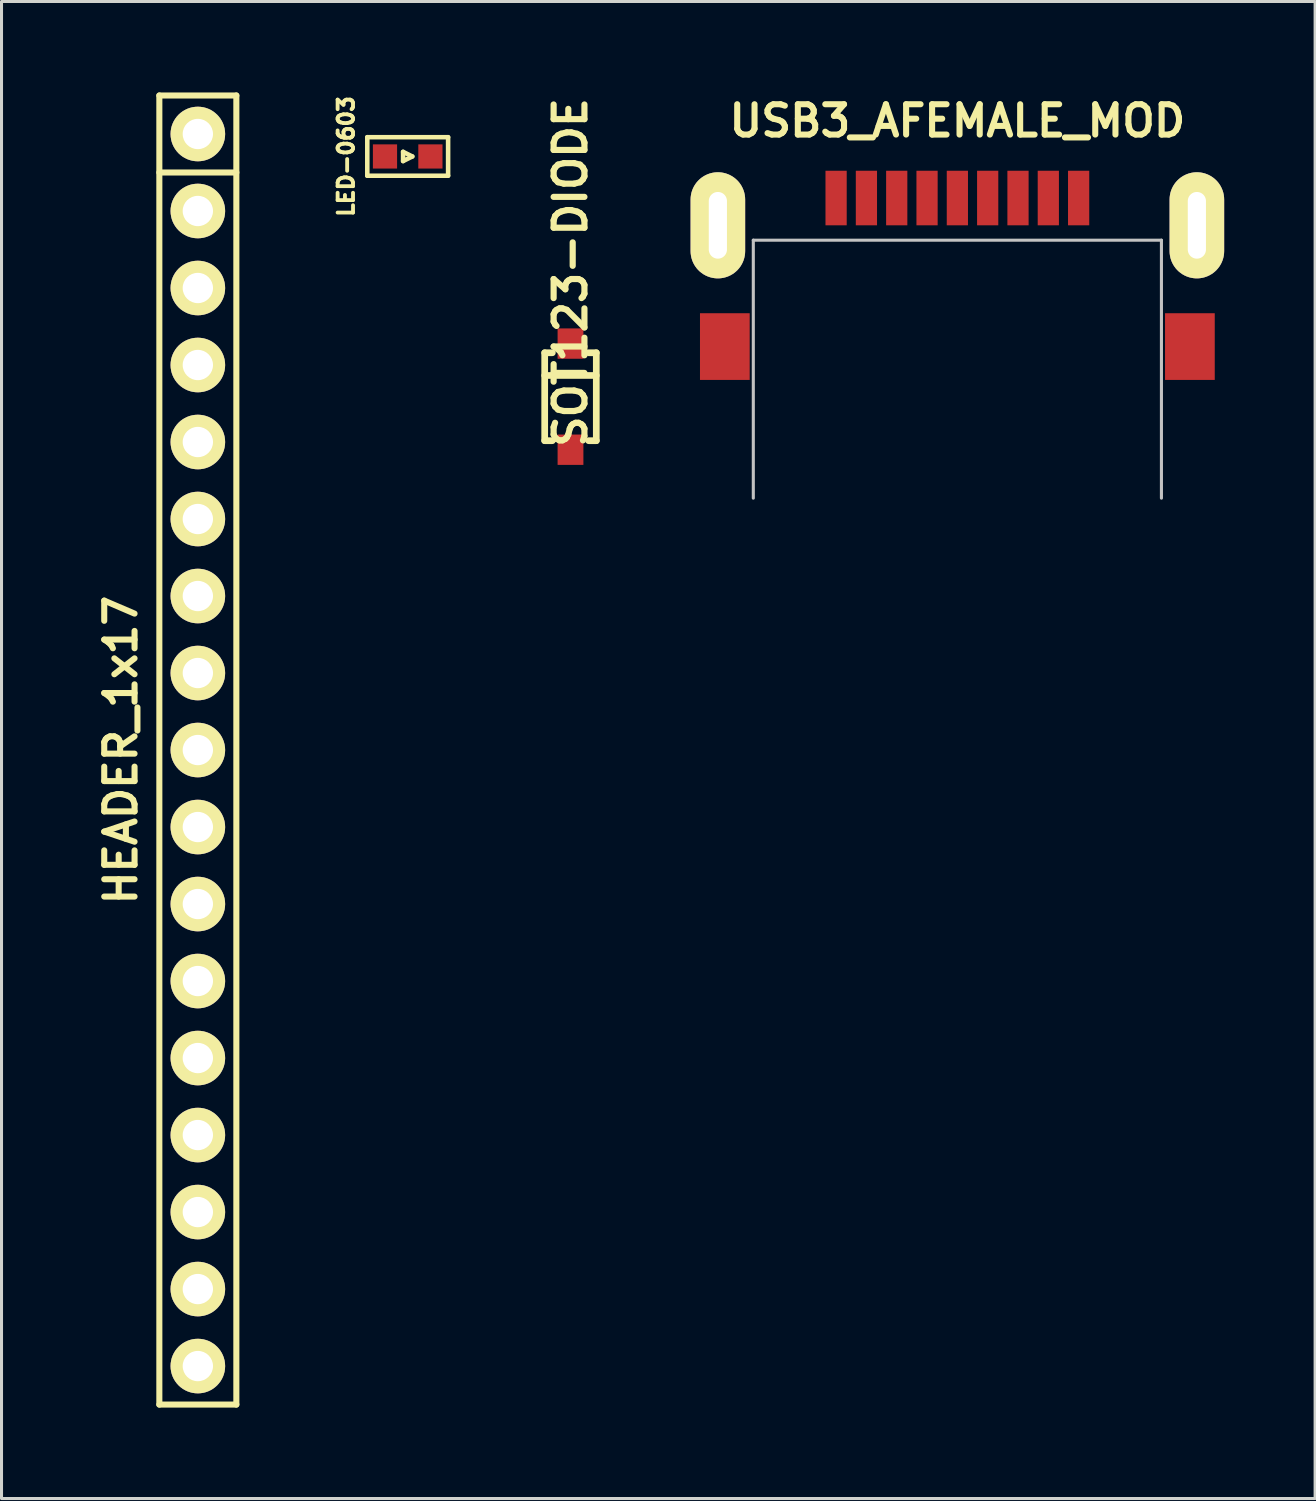
<source format=kicad_pcb>
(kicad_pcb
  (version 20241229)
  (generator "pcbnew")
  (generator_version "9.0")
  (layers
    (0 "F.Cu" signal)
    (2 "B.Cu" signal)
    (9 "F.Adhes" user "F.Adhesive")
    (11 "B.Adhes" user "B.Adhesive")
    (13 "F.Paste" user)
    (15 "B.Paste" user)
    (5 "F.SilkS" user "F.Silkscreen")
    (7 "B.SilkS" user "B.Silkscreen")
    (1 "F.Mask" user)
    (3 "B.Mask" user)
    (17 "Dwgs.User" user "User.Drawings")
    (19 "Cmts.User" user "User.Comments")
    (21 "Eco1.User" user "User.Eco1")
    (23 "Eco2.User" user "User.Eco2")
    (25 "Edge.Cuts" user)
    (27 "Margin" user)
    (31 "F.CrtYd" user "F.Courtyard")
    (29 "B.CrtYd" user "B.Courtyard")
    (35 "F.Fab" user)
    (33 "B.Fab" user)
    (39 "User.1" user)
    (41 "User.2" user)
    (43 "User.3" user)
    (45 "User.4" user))
  (footprint "SOT123-DIODE"
    (layer "F.Cu")
    (at 15.768 10.036)
    (property "Reference" "SOT123-DIODE" (at 0 -4.1 90) (layer "F.SilkS") (effects (font (size 1.016 1.016) (thickness 0.203))))
    (attr through_hole)
    (fp_line (start -0.851 -1.45) (end -0.599 -1.45) (stroke (width 0.221) (type solid)) (layer "F.SilkS"))
    (fp_line (start -0.851 -0.701) (end 0.851 -0.701) (stroke (width 0.221) (type solid)) (layer "F.SilkS"))
    (fp_line (start -0.851 1.45) (end -0.851 -1.45) (stroke (width 0.221) (type solid)) (layer "F.SilkS"))
    (fp_line (start -0.851 1.45) (end -0.599 1.45) (stroke (width 0.221) (type solid)) (layer "F.SilkS"))
    (fp_line (start 0.851 -1.45) (end 0.599 -1.45) (stroke (width 0.221) (type solid)) (layer "F.SilkS"))
    (fp_line (start 0.851 1.45) (end 0.599 1.45) (stroke (width 0.221) (type solid)) (layer "F.SilkS"))
    (fp_line (start 0.851 1.45) (end 0.851 -1.45) (stroke (width 0.221) (type solid)) (layer "F.SilkS"))
    (pad "1" smd rect (at 0 1.748 270) (size 1.001 0.851) (layers "F.Cu" "F.Mask" "F.Paste"))
    (pad "2" smd rect (at 0 -1.753 270) (size 1.001 0.851) (layers "F.Cu" "F.Mask" "F.Paste")))
  (footprint "LED-0603"
    (layer "F.Cu")
    (at 10.398 2.111)
    (property "Reference" "LED-0603" (at -2.032 0 90) (layer "F.SilkS") (effects (font (size 0.508 0.508) (thickness 0.127))))
    (attr smd)
    (fp_line (start -1.333 -0.635) (end 1.333 -0.635) (stroke (width 0.15) (type solid)) (layer "F.SilkS"))
    (fp_line (start -1.333 0.635) (end -1.333 -0.635) (stroke (width 0.15) (type solid)) (layer "F.SilkS"))
    (fp_line (start -0.152 -0.152) (end 0.152 0) (stroke (width 0.15) (type solid)) (layer "F.SilkS"))
    (fp_line (start -0.152 0.152) (end -0.152 -0.152) (stroke (width 0.15) (type solid)) (layer "F.SilkS"))
    (fp_line (start 0.152 0) (end -0.152 0.152) (stroke (width 0.15) (type solid)) (layer "F.SilkS"))
    (fp_line (start 1.333 -0.635) (end 1.333 0.635) (stroke (width 0.15) (type solid)) (layer "F.SilkS"))
    (fp_line (start 1.333 0.635) (end -1.333 0.635) (stroke (width 0.15) (type solid)) (layer "F.SilkS"))
    (pad "1" smd rect (at -0.749 0) (size 0.798 0.798) (layers "F.Cu" "F.Mask" "F.Paste"))
    (pad "2" smd rect (at 0.749 0) (size 0.798 0.798) (layers "F.Cu" "F.Mask" "F.Paste")))
  (footprint "USB3_AFEMALE_MOD"
    (layer "F.Cu")
    (at 28.529 13.382)
    (property "Reference" "USB3_AFEMALE_MOD" (at 0 -12.446 0) (layer "F.SilkS") (effects (font (size 1 1) (thickness 0.2))))
    (attr smd)
    (fp_line (start -6.731 -8.509) (end -6.731 0) (stroke (width 0.102) (type solid)) (layer "Dwgs.User"))
    (fp_line (start 6.731 -8.509) (end -6.731 -8.509) (stroke (width 0.102) (type solid)) (layer "Dwgs.User"))
    (fp_line (start 6.731 0) (end 6.731 -8.509) (stroke (width 0.102) (type solid)) (layer "Dwgs.User"))
    (pad "1" smd rect (at -3 -9.9) (size 0.7 1.8) (layers "F.Cu" "F.Mask" "F.Paste"))
    (pad "2" smd rect (at -1 -9.9) (size 0.7 1.8) (layers "F.Cu" "F.Mask" "F.Paste"))
    (pad "3" smd rect (at 1 -9.9) (size 0.7 1.8) (layers "F.Cu" "F.Mask" "F.Paste"))
    (pad "4" smd rect (at 3 -9.9) (size 0.7 1.8) (layers "F.Cu" "F.Mask" "F.Paste"))
    (pad "5" smd rect (at 4 -9.9) (size 0.7 1.8) (layers "F.Cu" "F.Mask" "F.Paste"))
    (pad "6" smd rect (at 2 -9.9) (size 0.7 1.8) (layers "F.Cu" "F.Mask" "F.Paste"))
    (pad "7" smd rect (at 0 -9.9) (size 0.7 1.8) (layers "F.Cu" "F.Mask" "F.Paste"))
    (pad "8" smd rect (at -2 -9.9) (size 0.7 1.8) (layers "F.Cu" "F.Mask" "F.Paste"))
    (pad "9" smd rect (at -4 -9.9) (size 0.7 1.8) (layers "F.Cu" "F.Mask" "F.Paste"))
    (pad "10" thru_hole oval (at -7.9 -9) (size 1.8 3.5) (drill oval 0.6 2.2) (layers "*.Cu" "*.Mask" "F.SilkS" "F.Paste"))
    (pad "10" smd rect (at -7.67 -5) (size 1.64 2.2) (layers "F.Cu" "F.Mask" "F.Paste"))
    (pad "10" smd rect (at 7.67 -5) (size 1.64 2.2) (layers "F.Cu" "F.Mask" "F.Paste"))
    (pad "10" thru_hole oval (at 7.9 -9) (size 1.8 3.5) (drill oval 0.6 2.2) (layers "*.Cu" "*.Mask" "F.SilkS" "F.Paste")))
  (footprint "HEADER_1x17"
    (layer "F.Cu")
    (at 3.476 21.69)
    (property "Reference" "HEADER_1x17" (at -2.54 0 90) (layer "F.SilkS") (effects (font (size 1 1) (thickness 0.2))))
    (attr through_hole)
    (fp_line (start -1.27 -21.59) (end 1.27 -21.59) (stroke (width 0.2) (type solid)) (layer "F.SilkS"))
    (fp_line (start -1.27 -19.05) (end 1.27 -19.05) (stroke (width 0.2) (type solid)) (layer "F.SilkS"))
    (fp_line (start -1.27 21.59) (end -1.27 -21.59) (stroke (width 0.2) (type solid)) (layer "F.SilkS"))
    (fp_line (start -1.27 21.59) (end 1.27 21.59) (stroke (width 0.2) (type solid)) (layer "F.SilkS"))
    (fp_line (start 1.27 -21.59) (end 1.27 21.59) (stroke (width 0.2) (type solid)) (layer "F.SilkS"))
    (pad "1" thru_hole circle (at 0 -20.32) (size 1.8 1.8) (drill 1) (layers "*.Cu" "*.Mask" "F.SilkS"))
    (pad "2" thru_hole circle (at 0 -17.78) (size 1.8 1.8) (drill 1) (layers "*.Cu" "*.Mask" "F.SilkS"))
    (pad "3" thru_hole circle (at 0 -15.24) (size 1.8 1.8) (drill 1) (layers "*.Cu" "*.Mask" "F.SilkS"))
    (pad "4" thru_hole circle (at 0 -12.7) (size 1.8 1.8) (drill 1) (layers "*.Cu" "*.Mask" "F.SilkS"))
    (pad "5" thru_hole circle (at 0 -10.16) (size 1.8 1.8) (drill 1) (layers "*.Cu" "*.Mask" "F.SilkS"))
    (pad "6" thru_hole circle (at 0 -7.62) (size 1.8 1.8) (drill 1) (layers "*.Cu" "*.Mask" "F.SilkS"))
    (pad "7" thru_hole circle (at 0 -5.08) (size 1.8 1.8) (drill 1) (layers "*.Cu" "*.Mask" "F.SilkS"))
    (pad "8" thru_hole circle (at 0 -2.54) (size 1.8 1.8) (drill 1) (layers "*.Cu" "*.Mask" "F.SilkS"))
    (pad "9" thru_hole circle (at 0 0) (size 1.8 1.8) (drill 1) (layers "*.Cu" "*.Mask" "F.SilkS"))
    (pad "10" thru_hole circle (at 0 2.54) (size 1.8 1.8) (drill 1) (layers "*.Cu" "*.Mask" "F.SilkS"))
    (pad "11" thru_hole circle (at 0 5.08) (size 1.8 1.8) (drill 1) (layers "*.Cu" "*.Mask" "F.SilkS"))
    (pad "12" thru_hole circle (at 0 7.62) (size 1.8 1.8) (drill 1) (layers "*.Cu" "*.Mask" "F.SilkS"))
    (pad "13" thru_hole circle (at 0 10.16) (size 1.8 1.8) (drill 1) (layers "*.Cu" "*.Mask" "F.SilkS"))
    (pad "14" thru_hole circle (at 0 12.7) (size 1.8 1.8) (drill 1) (layers "*.Cu" "*.Mask" "F.SilkS"))
    (pad "15" thru_hole circle (at 0 15.24) (size 1.8 1.8) (drill 1) (layers "*.Cu" "*.Mask" "F.SilkS"))
    (pad "16" thru_hole circle (at 0 17.78) (size 1.8 1.8) (drill 1) (layers "*.Cu" "*.Mask" "F.SilkS"))
    (pad "17" thru_hole circle (at 0 20.32) (size 1.8 1.8) (drill 1) (layers "*.Cu" "*.Mask" "F.SilkS")))
  (gr_rect
    (start -3 -3)
    (end 40.329 46.38)
    (stroke (width 0.1) (type default))
    (fill no)
    (layer "Edge.Cuts")))
</source>
